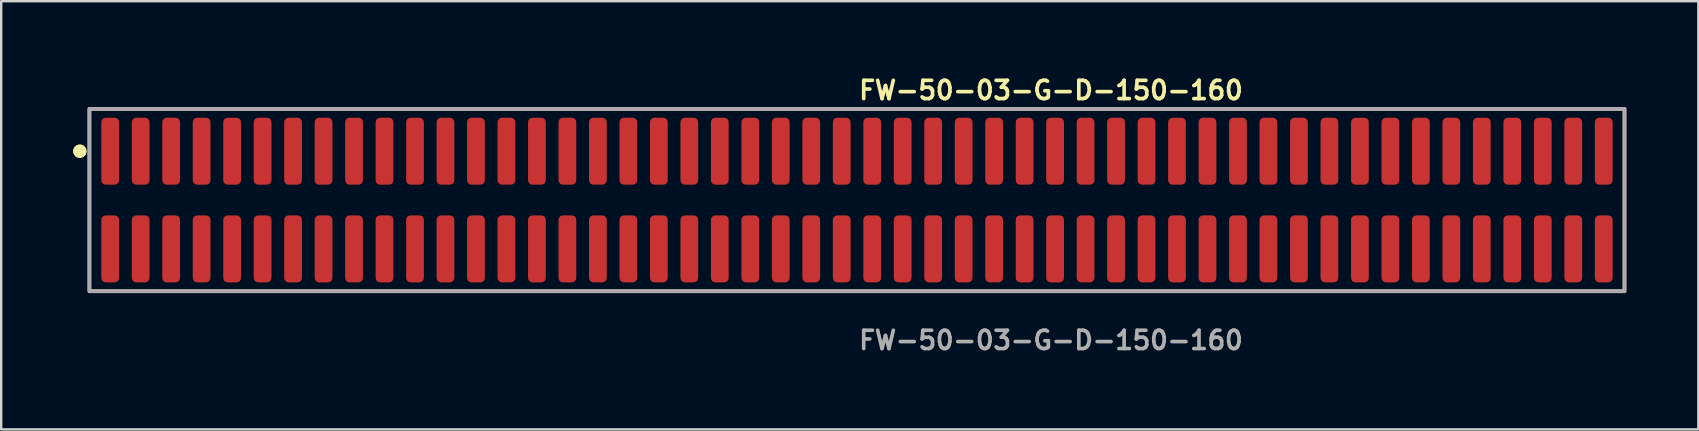
<source format=kicad_pcb>
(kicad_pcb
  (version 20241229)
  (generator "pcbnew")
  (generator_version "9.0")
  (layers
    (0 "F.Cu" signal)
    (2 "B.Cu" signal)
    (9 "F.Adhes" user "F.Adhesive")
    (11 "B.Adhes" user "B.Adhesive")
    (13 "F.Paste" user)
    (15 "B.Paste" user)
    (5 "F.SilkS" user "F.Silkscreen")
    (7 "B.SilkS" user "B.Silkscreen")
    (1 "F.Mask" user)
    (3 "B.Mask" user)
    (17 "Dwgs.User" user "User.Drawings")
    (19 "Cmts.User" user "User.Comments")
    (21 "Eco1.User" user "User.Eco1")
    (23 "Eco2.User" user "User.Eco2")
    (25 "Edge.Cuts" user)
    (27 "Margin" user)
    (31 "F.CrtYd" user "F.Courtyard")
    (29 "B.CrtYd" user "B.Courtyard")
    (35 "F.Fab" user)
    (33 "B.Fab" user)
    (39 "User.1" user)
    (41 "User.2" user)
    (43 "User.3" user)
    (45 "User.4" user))
  (footprint "FW-50-03-G-D-150-160"
    (layer "F.Cu")
    (at 32.656 5.285)
    (property "Reference" "FW-50-03-G-D-150-160" (at 0 -4.572 0) (unlocked yes) (layer "F.SilkS") (effects (font (size 0.762 0.762) (thickness 0.152)) (justify left)))
    (fp_rect (start -31.98 3.8) (end 31.98 -3.8) (stroke (width 0.152) (type solid)) (fill no) (layer "F.SilkS"))
    (fp_circle (center -32.38 -2.035) (end -32.58 -2.035) (stroke (width 0.152) (type solid)) (fill yes) (layer "F.SilkS"))
    (fp_circle (center -32.38 -2.035) (end -32.58 -2.035) (stroke (width 0.152) (type solid)) (fill yes) (layer "F.SilkS"))
    (fp_rect (start -31.98 3.8) (end 31.98 -3.8) (stroke (width 0.006) (type solid)) (fill no) (layer "F.CrtYd"))
    (fp_rect (start -31.98 3.8) (end 31.98 -3.8) (stroke (width 0.152) (type solid)) (fill no) (layer "F.Fab"))
    (fp_text user "${REFERENCE}" (at 0 5.842 0) (unlocked yes) (layer "F.Fab") (effects (font (size 0.762 0.762) (thickness 0.152)) (justify left)))
    (pad "1" smd roundrect (at -31.115 -2.035) (size 0.74 2.79) (layers "F.Cu" "F.Paste") (roundrect_rratio 0.25))
    (pad "2" smd roundrect (at -31.115 2.035) (size 0.74 2.79) (layers "F.Cu" "F.Paste") (roundrect_rratio 0.25))
    (pad "3" smd roundrect (at -29.845 -2.035) (size 0.74 2.79) (layers "F.Cu" "F.Paste") (roundrect_rratio 0.25))
    (pad "4" smd roundrect (at -29.845 2.035) (size 0.74 2.79) (layers "F.Cu" "F.Paste") (roundrect_rratio 0.25))
    (pad "5" smd roundrect (at -28.575 -2.035) (size 0.74 2.79) (layers "F.Cu" "F.Paste") (roundrect_rratio 0.25))
    (pad "6" smd roundrect (at -28.575 2.035) (size 0.74 2.79) (layers "F.Cu" "F.Paste") (roundrect_rratio 0.25))
    (pad "7" smd roundrect (at -27.305 -2.035) (size 0.74 2.79) (layers "F.Cu" "F.Paste") (roundrect_rratio 0.25))
    (pad "8" smd roundrect (at -27.305 2.035) (size 0.74 2.79) (layers "F.Cu" "F.Paste") (roundrect_rratio 0.25))
    (pad "9" smd roundrect (at -26.035 -2.035) (size 0.74 2.79) (layers "F.Cu" "F.Paste") (roundrect_rratio 0.25))
    (pad "10" smd roundrect (at -26.035 2.035) (size 0.74 2.79) (layers "F.Cu" "F.Paste") (roundrect_rratio 0.25))
    (pad "11" smd roundrect (at -24.765 -2.035) (size 0.74 2.79) (layers "F.Cu" "F.Paste") (roundrect_rratio 0.25))
    (pad "12" smd roundrect (at -24.765 2.035) (size 0.74 2.79) (layers "F.Cu" "F.Paste") (roundrect_rratio 0.25))
    (pad "13" smd roundrect (at -23.495 -2.035) (size 0.74 2.79) (layers "F.Cu" "F.Paste") (roundrect_rratio 0.25))
    (pad "14" smd roundrect (at -23.495 2.035) (size 0.74 2.79) (layers "F.Cu" "F.Paste") (roundrect_rratio 0.25))
    (pad "15" smd roundrect (at -22.225 -2.035) (size 0.74 2.79) (layers "F.Cu" "F.Paste") (roundrect_rratio 0.25))
    (pad "16" smd roundrect (at -22.225 2.035) (size 0.74 2.79) (layers "F.Cu" "F.Paste") (roundrect_rratio 0.25))
    (pad "17" smd roundrect (at -20.955 -2.035) (size 0.74 2.79) (layers "F.Cu" "F.Paste") (roundrect_rratio 0.25))
    (pad "18" smd roundrect (at -20.955 2.035) (size 0.74 2.79) (layers "F.Cu" "F.Paste") (roundrect_rratio 0.25))
    (pad "19" smd roundrect (at -19.685 -2.035) (size 0.74 2.79) (layers "F.Cu" "F.Paste") (roundrect_rratio 0.25))
    (pad "20" smd roundrect (at -19.685 2.035) (size 0.74 2.79) (layers "F.Cu" "F.Paste") (roundrect_rratio 0.25))
    (pad "21" smd roundrect (at -18.415 -2.035) (size 0.74 2.79) (layers "F.Cu" "F.Paste") (roundrect_rratio 0.25))
    (pad "22" smd roundrect (at -18.415 2.035) (size 0.74 2.79) (layers "F.Cu" "F.Paste") (roundrect_rratio 0.25))
    (pad "23" smd roundrect (at -17.145 -2.035) (size 0.74 2.79) (layers "F.Cu" "F.Paste") (roundrect_rratio 0.25))
    (pad "24" smd roundrect (at -17.145 2.035) (size 0.74 2.79) (layers "F.Cu" "F.Paste") (roundrect_rratio 0.25))
    (pad "25" smd roundrect (at -15.875 -2.035) (size 0.74 2.79) (layers "F.Cu" "F.Paste") (roundrect_rratio 0.25))
    (pad "26" smd roundrect (at -15.875 2.035) (size 0.74 2.79) (layers "F.Cu" "F.Paste") (roundrect_rratio 0.25))
    (pad "27" smd roundrect (at -14.605 -2.035) (size 0.74 2.79) (layers "F.Cu" "F.Paste") (roundrect_rratio 0.25))
    (pad "28" smd roundrect (at -14.605 2.035) (size 0.74 2.79) (layers "F.Cu" "F.Paste") (roundrect_rratio 0.25))
    (pad "29" smd roundrect (at -13.335 -2.035) (size 0.74 2.79) (layers "F.Cu" "F.Paste") (roundrect_rratio 0.25))
    (pad "30" smd roundrect (at -13.335 2.035) (size 0.74 2.79) (layers "F.Cu" "F.Paste") (roundrect_rratio 0.25))
    (pad "31" smd roundrect (at -12.065 -2.035) (size 0.74 2.79) (layers "F.Cu" "F.Paste") (roundrect_rratio 0.25))
    (pad "32" smd roundrect (at -12.065 2.035) (size 0.74 2.79) (layers "F.Cu" "F.Paste") (roundrect_rratio 0.25))
    (pad "33" smd roundrect (at -10.795 -2.035) (size 0.74 2.79) (layers "F.Cu" "F.Paste") (roundrect_rratio 0.25))
    (pad "34" smd roundrect (at -10.795 2.035) (size 0.74 2.79) (layers "F.Cu" "F.Paste") (roundrect_rratio 0.25))
    (pad "35" smd roundrect (at -9.525 -2.035) (size 0.74 2.79) (layers "F.Cu" "F.Paste") (roundrect_rratio 0.25))
    (pad "36" smd roundrect (at -9.525 2.035) (size 0.74 2.79) (layers "F.Cu" "F.Paste") (roundrect_rratio 0.25))
    (pad "37" smd roundrect (at -8.255 -2.035) (size 0.74 2.79) (layers "F.Cu" "F.Paste") (roundrect_rratio 0.25))
    (pad "38" smd roundrect (at -8.255 2.035) (size 0.74 2.79) (layers "F.Cu" "F.Paste") (roundrect_rratio 0.25))
    (pad "39" smd roundrect (at -6.985 -2.035) (size 0.74 2.79) (layers "F.Cu" "F.Paste") (roundrect_rratio 0.25))
    (pad "40" smd roundrect (at -6.985 2.035) (size 0.74 2.79) (layers "F.Cu" "F.Paste") (roundrect_rratio 0.25))
    (pad "41" smd roundrect (at -5.715 -2.035) (size 0.74 2.79) (layers "F.Cu" "F.Paste") (roundrect_rratio 0.25))
    (pad "42" smd roundrect (at -5.715 2.035) (size 0.74 2.79) (layers "F.Cu" "F.Paste") (roundrect_rratio 0.25))
    (pad "43" smd roundrect (at -4.445 -2.035) (size 0.74 2.79) (layers "F.Cu" "F.Paste") (roundrect_rratio 0.25))
    (pad "44" smd roundrect (at -4.445 2.035) (size 0.74 2.79) (layers "F.Cu" "F.Paste") (roundrect_rratio 0.25))
    (pad "45" smd roundrect (at -3.175 -2.035) (size 0.74 2.79) (layers "F.Cu" "F.Paste") (roundrect_rratio 0.25))
    (pad "46" smd roundrect (at -3.175 2.035) (size 0.74 2.79) (layers "F.Cu" "F.Paste") (roundrect_rratio 0.25))
    (pad "47" smd roundrect (at -1.905 -2.035) (size 0.74 2.79) (layers "F.Cu" "F.Paste") (roundrect_rratio 0.25))
    (pad "48" smd roundrect (at -1.905 2.035) (size 0.74 2.79) (layers "F.Cu" "F.Paste") (roundrect_rratio 0.25))
    (pad "49" smd roundrect (at -0.635 -2.035) (size 0.74 2.79) (layers "F.Cu" "F.Paste") (roundrect_rratio 0.25))
    (pad "50" smd roundrect (at -0.635 2.035) (size 0.74 2.79) (layers "F.Cu" "F.Paste") (roundrect_rratio 0.25))
    (pad "51" smd roundrect (at 0.635 -2.035) (size 0.74 2.79) (layers "F.Cu" "F.Paste") (roundrect_rratio 0.25))
    (pad "52" smd roundrect (at 0.635 2.035) (size 0.74 2.79) (layers "F.Cu" "F.Paste") (roundrect_rratio 0.25))
    (pad "53" smd roundrect (at 1.905 -2.035) (size 0.74 2.79) (layers "F.Cu" "F.Paste") (roundrect_rratio 0.25))
    (pad "54" smd roundrect (at 1.905 2.035) (size 0.74 2.79) (layers "F.Cu" "F.Paste") (roundrect_rratio 0.25))
    (pad "55" smd roundrect (at 3.175 -2.035) (size 0.74 2.79) (layers "F.Cu" "F.Paste") (roundrect_rratio 0.25))
    (pad "56" smd roundrect (at 3.175 2.035) (size 0.74 2.79) (layers "F.Cu" "F.Paste") (roundrect_rratio 0.25))
    (pad "57" smd roundrect (at 4.445 -2.035) (size 0.74 2.79) (layers "F.Cu" "F.Paste") (roundrect_rratio 0.25))
    (pad "58" smd roundrect (at 4.445 2.035) (size 0.74 2.79) (layers "F.Cu" "F.Paste") (roundrect_rratio 0.25))
    (pad "59" smd roundrect (at 5.715 -2.035) (size 0.74 2.79) (layers "F.Cu" "F.Paste") (roundrect_rratio 0.25))
    (pad "60" smd roundrect (at 5.715 2.035) (size 0.74 2.79) (layers "F.Cu" "F.Paste") (roundrect_rratio 0.25))
    (pad "61" smd roundrect (at 6.985 -2.035) (size 0.74 2.79) (layers "F.Cu" "F.Paste") (roundrect_rratio 0.25))
    (pad "62" smd roundrect (at 6.985 2.035) (size 0.74 2.79) (layers "F.Cu" "F.Paste") (roundrect_rratio 0.25))
    (pad "63" smd roundrect (at 8.255 -2.035) (size 0.74 2.79) (layers "F.Cu" "F.Paste") (roundrect_rratio 0.25))
    (pad "64" smd roundrect (at 8.255 2.035) (size 0.74 2.79) (layers "F.Cu" "F.Paste") (roundrect_rratio 0.25))
    (pad "65" smd roundrect (at 9.525 -2.035) (size 0.74 2.79) (layers "F.Cu" "F.Paste") (roundrect_rratio 0.25))
    (pad "66" smd roundrect (at 9.525 2.035) (size 0.74 2.79) (layers "F.Cu" "F.Paste") (roundrect_rratio 0.25))
    (pad "67" smd roundrect (at 10.795 -2.035) (size 0.74 2.79) (layers "F.Cu" "F.Paste") (roundrect_rratio 0.25))
    (pad "68" smd roundrect (at 10.795 2.035) (size 0.74 2.79) (layers "F.Cu" "F.Paste") (roundrect_rratio 0.25))
    (pad "69" smd roundrect (at 12.065 -2.035) (size 0.74 2.79) (layers "F.Cu" "F.Paste") (roundrect_rratio 0.25))
    (pad "70" smd roundrect (at 12.065 2.035) (size 0.74 2.79) (layers "F.Cu" "F.Paste") (roundrect_rratio 0.25))
    (pad "71" smd roundrect (at 13.335 -2.035) (size 0.74 2.79) (layers "F.Cu" "F.Paste") (roundrect_rratio 0.25))
    (pad "72" smd roundrect (at 13.335 2.035) (size 0.74 2.79) (layers "F.Cu" "F.Paste") (roundrect_rratio 0.25))
    (pad "73" smd roundrect (at 14.605 -2.035) (size 0.74 2.79) (layers "F.Cu" "F.Paste") (roundrect_rratio 0.25))
    (pad "74" smd roundrect (at 14.605 2.035) (size 0.74 2.79) (layers "F.Cu" "F.Paste") (roundrect_rratio 0.25))
    (pad "75" smd roundrect (at 15.875 -2.035) (size 0.74 2.79) (layers "F.Cu" "F.Paste") (roundrect_rratio 0.25))
    (pad "76" smd roundrect (at 15.875 2.035) (size 0.74 2.79) (layers "F.Cu" "F.Paste") (roundrect_rratio 0.25))
    (pad "77" smd roundrect (at 17.145 -2.035) (size 0.74 2.79) (layers "F.Cu" "F.Paste") (roundrect_rratio 0.25))
    (pad "78" smd roundrect (at 17.145 2.035) (size 0.74 2.79) (layers "F.Cu" "F.Paste") (roundrect_rratio 0.25))
    (pad "79" smd roundrect (at 18.415 -2.035) (size 0.74 2.79) (layers "F.Cu" "F.Paste") (roundrect_rratio 0.25))
    (pad "80" smd roundrect (at 18.415 2.035) (size 0.74 2.79) (layers "F.Cu" "F.Paste") (roundrect_rratio 0.25))
    (pad "81" smd roundrect (at 19.685 -2.035) (size 0.74 2.79) (layers "F.Cu" "F.Paste") (roundrect_rratio 0.25))
    (pad "82" smd roundrect (at 19.685 2.035) (size 0.74 2.79) (layers "F.Cu" "F.Paste") (roundrect_rratio 0.25))
    (pad "83" smd roundrect (at 20.955 -2.035) (size 0.74 2.79) (layers "F.Cu" "F.Paste") (roundrect_rratio 0.25))
    (pad "84" smd roundrect (at 20.955 2.035) (size 0.74 2.79) (layers "F.Cu" "F.Paste") (roundrect_rratio 0.25))
    (pad "85" smd roundrect (at 22.225 -2.035) (size 0.74 2.79) (layers "F.Cu" "F.Paste") (roundrect_rratio 0.25))
    (pad "86" smd roundrect (at 22.225 2.035) (size 0.74 2.79) (layers "F.Cu" "F.Paste") (roundrect_rratio 0.25))
    (pad "87" smd roundrect (at 23.495 -2.035) (size 0.74 2.79) (layers "F.Cu" "F.Paste") (roundrect_rratio 0.25))
    (pad "88" smd roundrect (at 23.495 2.035) (size 0.74 2.79) (layers "F.Cu" "F.Paste") (roundrect_rratio 0.25))
    (pad "89" smd roundrect (at 24.765 -2.035) (size 0.74 2.79) (layers "F.Cu" "F.Paste") (roundrect_rratio 0.25))
    (pad "90" smd roundrect (at 24.765 2.035) (size 0.74 2.79) (layers "F.Cu" "F.Paste") (roundrect_rratio 0.25))
    (pad "91" smd roundrect (at 26.035 -2.035) (size 0.74 2.79) (layers "F.Cu" "F.Paste") (roundrect_rratio 0.25))
    (pad "92" smd roundrect (at 26.035 2.035) (size 0.74 2.79) (layers "F.Cu" "F.Paste") (roundrect_rratio 0.25))
    (pad "93" smd roundrect (at 27.305 -2.035) (size 0.74 2.79) (layers "F.Cu" "F.Paste") (roundrect_rratio 0.25))
    (pad "94" smd roundrect (at 27.305 2.035) (size 0.74 2.79) (layers "F.Cu" "F.Paste") (roundrect_rratio 0.25))
    (pad "95" smd roundrect (at 28.575 -2.035) (size 0.74 2.79) (layers "F.Cu" "F.Paste") (roundrect_rratio 0.25))
    (pad "96" smd roundrect (at 28.575 2.035) (size 0.74 2.79) (layers "F.Cu" "F.Paste") (roundrect_rratio 0.25))
    (pad "97" smd roundrect (at 29.845 -2.035) (size 0.74 2.79) (layers "F.Cu" "F.Paste") (roundrect_rratio 0.25))
    (pad "98" smd roundrect (at 29.845 2.035) (size 0.74 2.79) (layers "F.Cu" "F.Paste") (roundrect_rratio 0.25))
    (pad "99" smd roundrect (at 31.115 -2.035) (size 0.74 2.79) (layers "F.Cu" "F.Paste") (roundrect_rratio 0.25))
    (pad "100" smd roundrect (at 31.115 2.035) (size 0.74 2.79) (layers "F.Cu" "F.Paste") (roundrect_rratio 0.25)))
  (gr_rect
    (start -3 -3)
    (end 67.712 14.84)
    (stroke (width 0.1) (type default))
    (fill no)
    (layer "Edge.Cuts")))
</source>
